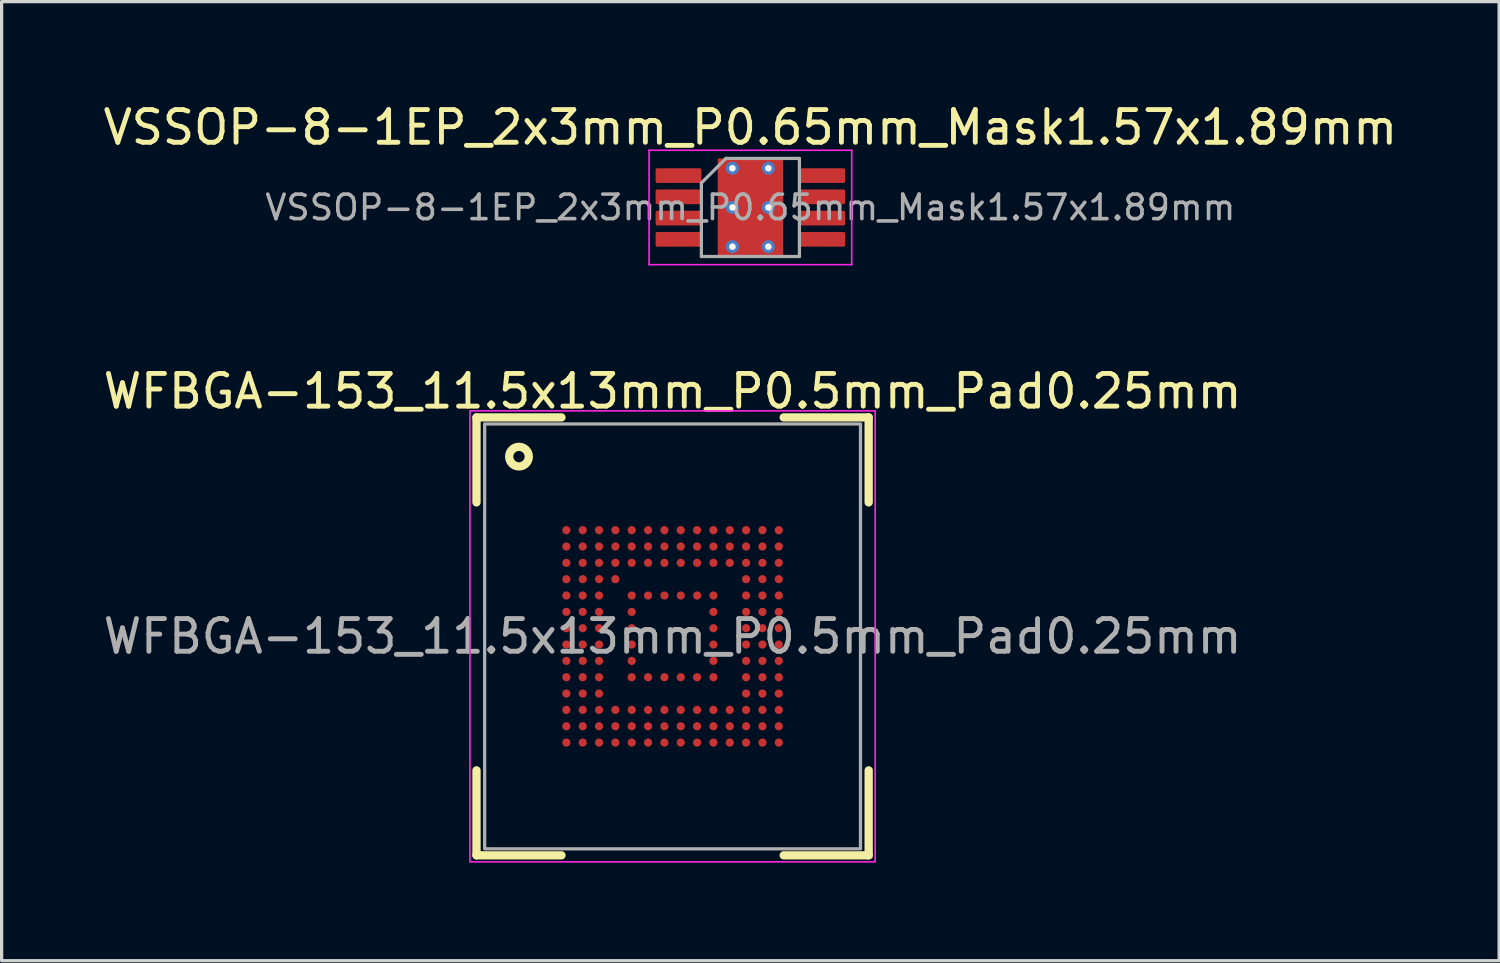
<source format=kicad_pcb>
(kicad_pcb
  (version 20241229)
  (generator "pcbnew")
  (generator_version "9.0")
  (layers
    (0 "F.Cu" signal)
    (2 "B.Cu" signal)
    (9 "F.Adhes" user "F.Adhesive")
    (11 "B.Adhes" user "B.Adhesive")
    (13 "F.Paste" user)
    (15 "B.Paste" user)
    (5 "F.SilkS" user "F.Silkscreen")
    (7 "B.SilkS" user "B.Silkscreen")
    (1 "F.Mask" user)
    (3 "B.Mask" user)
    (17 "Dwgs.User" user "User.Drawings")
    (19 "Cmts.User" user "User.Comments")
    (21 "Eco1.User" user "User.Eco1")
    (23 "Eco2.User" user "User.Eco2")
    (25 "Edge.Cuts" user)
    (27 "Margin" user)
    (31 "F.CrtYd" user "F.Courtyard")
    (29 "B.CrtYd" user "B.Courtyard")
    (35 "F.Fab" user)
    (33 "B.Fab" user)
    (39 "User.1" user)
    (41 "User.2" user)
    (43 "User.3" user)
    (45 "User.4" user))
  (footprint "WFBGA-153_11.5x13mm_P0.5mm_Pad0.25mm"
    (layer "F.Cu")
    (at 17.53 16.422)
    (property "Reference" "WFBGA-153_11.5x13mm_P0.5mm_Pad0.25mm" (at 0 -7.5 0) (unlocked yes) (layer "F.SilkS") (effects (font (size 1 1) (thickness 0.15))))
    (attr smd)
    (fp_line (start -6 -6.7) (end -6 -4.1) (stroke (width 0.254) (type solid)) (layer "F.SilkS"))
    (fp_line (start -6 4.1) (end -6 6.7) (stroke (width 0.254) (type solid)) (layer "F.SilkS"))
    (fp_line (start -6 6.7) (end -3.4 6.7) (stroke (width 0.254) (type solid)) (layer "F.SilkS"))
    (fp_line (start -3.4 -6.7) (end -6 -6.7) (stroke (width 0.254) (type solid)) (layer "F.SilkS"))
    (fp_line (start 3.4 6.7) (end 6 6.7) (stroke (width 0.254) (type solid)) (layer "F.SilkS"))
    (fp_line (start 6 -6.7) (end 3.4 -6.7) (stroke (width 0.254) (type solid)) (layer "F.SilkS"))
    (fp_line (start 6 -4.1) (end 6 -6.7) (stroke (width 0.254) (type solid)) (layer "F.SilkS"))
    (fp_line (start 6 6.7) (end 6 4.1) (stroke (width 0.254) (type solid)) (layer "F.SilkS"))
    (fp_circle (center -4.7 -5.5) (end -4.4 -5.5) (stroke (width 0.254) (type solid)) (fill no) (layer "F.SilkS"))
    (fp_rect (start -6.2 -6.9) (end 6.2 6.9) (stroke (width 0.05) (type solid)) (fill no) (layer "F.CrtYd"))
    (fp_rect (start -5.75 -6.5) (end 5.75 6.5) (stroke (width 0.1) (type solid)) (fill no) (layer "F.Fab"))
    (fp_text user "${REFERENCE}" (at 0 0 0) (unlocked yes) (layer "F.Fab") (effects (font (size 1 1) (thickness 0.15))))
    (pad "A1" smd circle (at -3.25 -3.25) (size 0.25 0.25) (layers "F.Cu" "F.Mask" "F.Paste"))
    (pad "A2" smd circle (at -2.75 -3.25) (size 0.25 0.25) (layers "F.Cu" "F.Mask" "F.Paste"))
    (pad "A3" smd circle (at -2.25 -3.25) (size 0.25 0.25) (layers "F.Cu" "F.Mask" "F.Paste"))
    (pad "A4" smd circle (at -1.75 -3.25) (size 0.25 0.25) (layers "F.Cu" "F.Mask" "F.Paste"))
    (pad "A5" smd circle (at -1.25 -3.25) (size 0.25 0.25) (layers "F.Cu" "F.Mask" "F.Paste"))
    (pad "A6" smd circle (at -0.75 -3.25) (size 0.25 0.25) (layers "F.Cu" "F.Mask" "F.Paste"))
    (pad "A7" smd circle (at -0.25 -3.25) (size 0.25 0.25) (layers "F.Cu" "F.Mask" "F.Paste"))
    (pad "A8" smd circle (at 0.25 -3.25) (size 0.25 0.25) (layers "F.Cu" "F.Mask" "F.Paste"))
    (pad "A9" smd circle (at 0.75 -3.25) (size 0.25 0.25) (layers "F.Cu" "F.Mask" "F.Paste"))
    (pad "A10" smd circle (at 1.25 -3.25) (size 0.25 0.25) (layers "F.Cu" "F.Mask" "F.Paste"))
    (pad "A11" smd circle (at 1.75 -3.25) (size 0.25 0.25) (layers "F.Cu" "F.Mask" "F.Paste"))
    (pad "A12" smd circle (at 2.25 -3.25) (size 0.25 0.25) (layers "F.Cu" "F.Mask" "F.Paste"))
    (pad "A13" smd circle (at 2.75 -3.25) (size 0.25 0.25) (layers "F.Cu" "F.Mask" "F.Paste"))
    (pad "A14" smd circle (at 3.25 -3.25) (size 0.25 0.25) (layers "F.Cu" "F.Mask" "F.Paste"))
    (pad "B1" smd circle (at -3.25 -2.75) (size 0.25 0.25) (layers "F.Cu" "F.Mask" "F.Paste"))
    (pad "B2" smd circle (at -2.75 -2.75) (size 0.25 0.25) (layers "F.Cu" "F.Mask" "F.Paste"))
    (pad "B3" smd circle (at -2.25 -2.75) (size 0.25 0.25) (layers "F.Cu" "F.Mask" "F.Paste"))
    (pad "B4" smd circle (at -1.75 -2.75) (size 0.25 0.25) (layers "F.Cu" "F.Mask" "F.Paste"))
    (pad "B5" smd circle (at -1.25 -2.75) (size 0.25 0.25) (layers "F.Cu" "F.Mask" "F.Paste"))
    (pad "B6" smd circle (at -0.75 -2.75) (size 0.25 0.25) (layers "F.Cu" "F.Mask" "F.Paste"))
    (pad "B7" smd circle (at -0.25 -2.75) (size 0.25 0.25) (layers "F.Cu" "F.Mask" "F.Paste"))
    (pad "B8" smd circle (at 0.25 -2.75) (size 0.25 0.25) (layers "F.Cu" "F.Mask" "F.Paste"))
    (pad "B9" smd circle (at 0.75 -2.75) (size 0.25 0.25) (layers "F.Cu" "F.Mask" "F.Paste"))
    (pad "B10" smd circle (at 1.25 -2.75) (size 0.25 0.25) (layers "F.Cu" "F.Mask" "F.Paste"))
    (pad "B11" smd circle (at 1.75 -2.75) (size 0.25 0.25) (layers "F.Cu" "F.Mask" "F.Paste"))
    (pad "B12" smd circle (at 2.25 -2.75) (size 0.25 0.25) (layers "F.Cu" "F.Mask" "F.Paste"))
    (pad "B13" smd circle (at 2.75 -2.75) (size 0.25 0.25) (layers "F.Cu" "F.Mask" "F.Paste"))
    (pad "B14" smd circle (at 3.25 -2.75) (size 0.25 0.25) (layers "F.Cu" "F.Mask" "F.Paste"))
    (pad "C1" smd circle (at -3.25 -2.25) (size 0.25 0.25) (layers "F.Cu" "F.Mask" "F.Paste"))
    (pad "C2" smd circle (at -2.75 -2.25) (size 0.25 0.25) (layers "F.Cu" "F.Mask" "F.Paste"))
    (pad "C3" smd circle (at -2.25 -2.25) (size 0.25 0.25) (layers "F.Cu" "F.Mask" "F.Paste"))
    (pad "C4" smd circle (at -1.75 -2.25) (size 0.25 0.25) (layers "F.Cu" "F.Mask" "F.Paste"))
    (pad "C5" smd circle (at -1.25 -2.25) (size 0.25 0.25) (layers "F.Cu" "F.Mask" "F.Paste"))
    (pad "C6" smd circle (at -0.75 -2.25) (size 0.25 0.25) (layers "F.Cu" "F.Mask" "F.Paste"))
    (pad "C7" smd circle (at -0.25 -2.25) (size 0.25 0.25) (layers "F.Cu" "F.Mask" "F.Paste"))
    (pad "C8" smd circle (at 0.25 -2.25) (size 0.25 0.25) (layers "F.Cu" "F.Mask" "F.Paste"))
    (pad "C9" smd circle (at 0.75 -2.25) (size 0.25 0.25) (layers "F.Cu" "F.Mask" "F.Paste"))
    (pad "C10" smd circle (at 1.25 -2.25) (size 0.25 0.25) (layers "F.Cu" "F.Mask" "F.Paste"))
    (pad "C11" smd circle (at 1.75 -2.25) (size 0.25 0.25) (layers "F.Cu" "F.Mask" "F.Paste"))
    (pad "C12" smd circle (at 2.25 -2.25) (size 0.25 0.25) (layers "F.Cu" "F.Mask" "F.Paste"))
    (pad "C13" smd circle (at 2.75 -2.25) (size 0.25 0.25) (layers "F.Cu" "F.Mask" "F.Paste"))
    (pad "C14" smd circle (at 3.25 -2.25) (size 0.25 0.25) (layers "F.Cu" "F.Mask" "F.Paste"))
    (pad "D1" smd circle (at -3.25 -1.75) (size 0.25 0.25) (layers "F.Cu" "F.Mask" "F.Paste"))
    (pad "D2" smd circle (at -2.75 -1.75) (size 0.25 0.25) (layers "F.Cu" "F.Mask" "F.Paste"))
    (pad "D3" smd circle (at -2.25 -1.75) (size 0.25 0.25) (layers "F.Cu" "F.Mask" "F.Paste"))
    (pad "D4" smd circle (at -1.75 -1.75) (size 0.25 0.25) (layers "F.Cu" "F.Mask" "F.Paste"))
    (pad "D12" smd circle (at 2.25 -1.75) (size 0.25 0.25) (layers "F.Cu" "F.Mask" "F.Paste"))
    (pad "D13" smd circle (at 2.75 -1.75) (size 0.25 0.25) (layers "F.Cu" "F.Mask" "F.Paste"))
    (pad "D14" smd circle (at 3.25 -1.75) (size 0.25 0.25) (layers "F.Cu" "F.Mask" "F.Paste"))
    (pad "E1" smd circle (at -3.25 -1.25) (size 0.25 0.25) (layers "F.Cu" "F.Mask" "F.Paste"))
    (pad "E2" smd circle (at -2.75 -1.25) (size 0.25 0.25) (layers "F.Cu" "F.Mask" "F.Paste"))
    (pad "E3" smd circle (at -2.25 -1.25) (size 0.25 0.25) (layers "F.Cu" "F.Mask" "F.Paste"))
    (pad "E5" smd circle (at -1.25 -1.25) (size 0.25 0.25) (layers "F.Cu" "F.Mask" "F.Paste"))
    (pad "E6" smd circle (at -0.75 -1.25) (size 0.25 0.25) (layers "F.Cu" "F.Mask" "F.Paste"))
    (pad "E7" smd circle (at -0.25 -1.25) (size 0.25 0.25) (layers "F.Cu" "F.Mask" "F.Paste"))
    (pad "E8" smd circle (at 0.25 -1.25) (size 0.25 0.25) (layers "F.Cu" "F.Mask" "F.Paste"))
    (pad "E9" smd circle (at 0.75 -1.25) (size 0.25 0.25) (layers "F.Cu" "F.Mask" "F.Paste"))
    (pad "E10" smd circle (at 1.25 -1.25) (size 0.25 0.25) (layers "F.Cu" "F.Mask" "F.Paste"))
    (pad "E12" smd circle (at 2.25 -1.25) (size 0.25 0.25) (layers "F.Cu" "F.Mask" "F.Paste"))
    (pad "E13" smd circle (at 2.75 -1.25) (size 0.25 0.25) (layers "F.Cu" "F.Mask" "F.Paste"))
    (pad "E14" smd circle (at 3.25 -1.25) (size 0.25 0.25) (layers "F.Cu" "F.Mask" "F.Paste"))
    (pad "F1" smd circle (at -3.25 -0.75) (size 0.25 0.25) (layers "F.Cu" "F.Mask" "F.Paste"))
    (pad "F2" smd circle (at -2.75 -0.75) (size 0.25 0.25) (layers "F.Cu" "F.Mask" "F.Paste"))
    (pad "F3" smd circle (at -2.25 -0.75) (size 0.25 0.25) (layers "F.Cu" "F.Mask" "F.Paste"))
    (pad "F5" smd circle (at -1.25 -0.75) (size 0.25 0.25) (layers "F.Cu" "F.Mask" "F.Paste"))
    (pad "F10" smd circle (at 1.25 -0.75) (size 0.25 0.25) (layers "F.Cu" "F.Mask" "F.Paste"))
    (pad "F12" smd circle (at 2.25 -0.75) (size 0.25 0.25) (layers "F.Cu" "F.Mask" "F.Paste"))
    (pad "F13" smd circle (at 2.75 -0.75) (size 0.25 0.25) (layers "F.Cu" "F.Mask" "F.Paste"))
    (pad "F14" smd circle (at 3.25 -0.75) (size 0.25 0.25) (layers "F.Cu" "F.Mask" "F.Paste"))
    (pad "G1" smd circle (at -3.25 -0.25) (size 0.25 0.25) (layers "F.Cu" "F.Mask" "F.Paste"))
    (pad "G2" smd circle (at -2.75 -0.25) (size 0.25 0.25) (layers "F.Cu" "F.Mask" "F.Paste"))
    (pad "G3" smd circle (at -2.25 -0.25) (size 0.25 0.25) (layers "F.Cu" "F.Mask" "F.Paste"))
    (pad "G5" smd circle (at -1.25 -0.25) (size 0.25 0.25) (layers "F.Cu" "F.Mask" "F.Paste"))
    (pad "G10" smd circle (at 1.25 -0.25) (size 0.25 0.25) (layers "F.Cu" "F.Mask" "F.Paste"))
    (pad "G12" smd circle (at 2.25 -0.25) (size 0.25 0.25) (layers "F.Cu" "F.Mask" "F.Paste"))
    (pad "G13" smd circle (at 2.75 -0.25) (size 0.25 0.25) (layers "F.Cu" "F.Mask" "F.Paste"))
    (pad "G14" smd circle (at 3.25 -0.25) (size 0.25 0.25) (layers "F.Cu" "F.Mask" "F.Paste"))
    (pad "H1" smd circle (at -3.25 0.25) (size 0.25 0.25) (layers "F.Cu" "F.Mask" "F.Paste"))
    (pad "H2" smd circle (at -2.75 0.25) (size 0.25 0.25) (layers "F.Cu" "F.Mask" "F.Paste"))
    (pad "H3" smd circle (at -2.25 0.25) (size 0.25 0.25) (layers "F.Cu" "F.Mask" "F.Paste"))
    (pad "H5" smd circle (at -1.25 0.25) (size 0.25 0.25) (layers "F.Cu" "F.Mask" "F.Paste"))
    (pad "H10" smd circle (at 1.25 0.25) (size 0.25 0.25) (layers "F.Cu" "F.Mask" "F.Paste"))
    (pad "H12" smd circle (at 2.25 0.25) (size 0.25 0.25) (layers "F.Cu" "F.Mask" "F.Paste"))
    (pad "H13" smd circle (at 2.75 0.25) (size 0.25 0.25) (layers "F.Cu" "F.Mask" "F.Paste"))
    (pad "H14" smd circle (at 3.25 0.25) (size 0.25 0.25) (layers "F.Cu" "F.Mask" "F.Paste"))
    (pad "J1" smd circle (at -3.25 0.75) (size 0.25 0.25) (layers "F.Cu" "F.Mask" "F.Paste"))
    (pad "J2" smd circle (at -2.75 0.75) (size 0.25 0.25) (layers "F.Cu" "F.Mask" "F.Paste"))
    (pad "J3" smd circle (at -2.25 0.75) (size 0.25 0.25) (layers "F.Cu" "F.Mask" "F.Paste"))
    (pad "J5" smd circle (at -1.25 0.75) (size 0.25 0.25) (layers "F.Cu" "F.Mask" "F.Paste"))
    (pad "J10" smd circle (at 1.25 0.75) (size 0.25 0.25) (layers "F.Cu" "F.Mask" "F.Paste"))
    (pad "J12" smd circle (at 2.25 0.75) (size 0.25 0.25) (layers "F.Cu" "F.Mask" "F.Paste"))
    (pad "J13" smd circle (at 2.75 0.75) (size 0.25 0.25) (layers "F.Cu" "F.Mask" "F.Paste"))
    (pad "J14" smd circle (at 3.25 0.75) (size 0.25 0.25) (layers "F.Cu" "F.Mask" "F.Paste"))
    (pad "K1" smd circle (at -3.25 1.25) (size 0.25 0.25) (layers "F.Cu" "F.Mask" "F.Paste"))
    (pad "K2" smd circle (at -2.75 1.25) (size 0.25 0.25) (layers "F.Cu" "F.Mask" "F.Paste"))
    (pad "K3" smd circle (at -2.25 1.25) (size 0.25 0.25) (layers "F.Cu" "F.Mask" "F.Paste"))
    (pad "K5" smd circle (at -1.25 1.25) (size 0.25 0.25) (layers "F.Cu" "F.Mask" "F.Paste"))
    (pad "K6" smd circle (at -0.75 1.25) (size 0.25 0.25) (layers "F.Cu" "F.Mask" "F.Paste"))
    (pad "K7" smd circle (at -0.25 1.25) (size 0.25 0.25) (layers "F.Cu" "F.Mask" "F.Paste"))
    (pad "K8" smd circle (at 0.25 1.25) (size 0.25 0.25) (layers "F.Cu" "F.Mask" "F.Paste"))
    (pad "K9" smd circle (at 0.75 1.25) (size 0.25 0.25) (layers "F.Cu" "F.Mask" "F.Paste"))
    (pad "K10" smd circle (at 1.25 1.25) (size 0.25 0.25) (layers "F.Cu" "F.Mask" "F.Paste"))
    (pad "K12" smd circle (at 2.25 1.25) (size 0.25 0.25) (layers "F.Cu" "F.Mask" "F.Paste"))
    (pad "K13" smd circle (at 2.75 1.25) (size 0.25 0.25) (layers "F.Cu" "F.Mask" "F.Paste"))
    (pad "K14" smd circle (at 3.25 1.25) (size 0.25 0.25) (layers "F.Cu" "F.Mask" "F.Paste"))
    (pad "L1" smd circle (at -3.25 1.75) (size 0.25 0.25) (layers "F.Cu" "F.Mask" "F.Paste"))
    (pad "L2" smd circle (at -2.75 1.75) (size 0.25 0.25) (layers "F.Cu" "F.Mask" "F.Paste"))
    (pad "L3" smd circle (at -2.25 1.75) (size 0.25 0.25) (layers "F.Cu" "F.Mask" "F.Paste"))
    (pad "L12" smd circle (at 2.25 1.75) (size 0.25 0.25) (layers "F.Cu" "F.Mask" "F.Paste"))
    (pad "L13" smd circle (at 2.75 1.75) (size 0.25 0.25) (layers "F.Cu" "F.Mask" "F.Paste"))
    (pad "L14" smd circle (at 3.25 1.75) (size 0.25 0.25) (layers "F.Cu" "F.Mask" "F.Paste"))
    (pad "M1" smd circle (at -3.25 2.25) (size 0.25 0.25) (layers "F.Cu" "F.Mask" "F.Paste"))
    (pad "M2" smd circle (at -2.75 2.25) (size 0.25 0.25) (layers "F.Cu" "F.Mask" "F.Paste"))
    (pad "M3" smd circle (at -2.25 2.25) (size 0.25 0.25) (layers "F.Cu" "F.Mask" "F.Paste"))
    (pad "M4" smd circle (at -1.75 2.25) (size 0.25 0.25) (layers "F.Cu" "F.Mask" "F.Paste"))
    (pad "M5" smd circle (at -1.25 2.25) (size 0.25 0.25) (layers "F.Cu" "F.Mask" "F.Paste"))
    (pad "M6" smd circle (at -0.75 2.25) (size 0.25 0.25) (layers "F.Cu" "F.Mask" "F.Paste"))
    (pad "M7" smd circle (at -0.25 2.25) (size 0.25 0.25) (layers "F.Cu" "F.Mask" "F.Paste"))
    (pad "M8" smd circle (at 0.25 2.25) (size 0.25 0.25) (layers "F.Cu" "F.Mask" "F.Paste"))
    (pad "M9" smd circle (at 0.75 2.25) (size 0.25 0.25) (layers "F.Cu" "F.Mask" "F.Paste"))
    (pad "M10" smd circle (at 1.25 2.25) (size 0.25 0.25) (layers "F.Cu" "F.Mask" "F.Paste"))
    (pad "M11" smd circle (at 1.75 2.25) (size 0.25 0.25) (layers "F.Cu" "F.Mask" "F.Paste"))
    (pad "M12" smd circle (at 2.25 2.25) (size 0.25 0.25) (layers "F.Cu" "F.Mask" "F.Paste"))
    (pad "M13" smd circle (at 2.75 2.25) (size 0.25 0.25) (layers "F.Cu" "F.Mask" "F.Paste"))
    (pad "M14" smd circle (at 3.25 2.25) (size 0.25 0.25) (layers "F.Cu" "F.Mask" "F.Paste"))
    (pad "N1" smd circle (at -3.25 2.75) (size 0.25 0.25) (layers "F.Cu" "F.Mask" "F.Paste"))
    (pad "N2" smd circle (at -2.75 2.75) (size 0.25 0.25) (layers "F.Cu" "F.Mask" "F.Paste"))
    (pad "N3" smd circle (at -2.25 2.75) (size 0.25 0.25) (layers "F.Cu" "F.Mask" "F.Paste"))
    (pad "N4" smd circle (at -1.75 2.75) (size 0.25 0.25) (layers "F.Cu" "F.Mask" "F.Paste"))
    (pad "N5" smd circle (at -1.25 2.75) (size 0.25 0.25) (layers "F.Cu" "F.Mask" "F.Paste"))
    (pad "N6" smd circle (at -0.75 2.75) (size 0.25 0.25) (layers "F.Cu" "F.Mask" "F.Paste"))
    (pad "N7" smd circle (at -0.25 2.75) (size 0.25 0.25) (layers "F.Cu" "F.Mask" "F.Paste"))
    (pad "N8" smd circle (at 0.25 2.75) (size 0.25 0.25) (layers "F.Cu" "F.Mask" "F.Paste"))
    (pad "N9" smd circle (at 0.75 2.75) (size 0.25 0.25) (layers "F.Cu" "F.Mask" "F.Paste"))
    (pad "N10" smd circle (at 1.25 2.75) (size 0.25 0.25) (layers "F.Cu" "F.Mask" "F.Paste"))
    (pad "N11" smd circle (at 1.75 2.75) (size 0.25 0.25) (layers "F.Cu" "F.Mask" "F.Paste"))
    (pad "N12" smd circle (at 2.25 2.75) (size 0.25 0.25) (layers "F.Cu" "F.Mask" "F.Paste"))
    (pad "N13" smd circle (at 2.75 2.75) (size 0.25 0.25) (layers "F.Cu" "F.Mask" "F.Paste"))
    (pad "N14" smd circle (at 3.25 2.75) (size 0.25 0.25) (layers "F.Cu" "F.Mask" "F.Paste"))
    (pad "P1" smd circle (at -3.25 3.25) (size 0.25 0.25) (layers "F.Cu" "F.Mask" "F.Paste"))
    (pad "P2" smd circle (at -2.75 3.25) (size 0.25 0.25) (layers "F.Cu" "F.Mask" "F.Paste"))
    (pad "P3" smd circle (at -2.25 3.25) (size 0.25 0.25) (layers "F.Cu" "F.Mask" "F.Paste"))
    (pad "P4" smd circle (at -1.75 3.25) (size 0.25 0.25) (layers "F.Cu" "F.Mask" "F.Paste"))
    (pad "P5" smd circle (at -1.25 3.25) (size 0.25 0.25) (layers "F.Cu" "F.Mask" "F.Paste"))
    (pad "P6" smd circle (at -0.75 3.25) (size 0.25 0.25) (layers "F.Cu" "F.Mask" "F.Paste"))
    (pad "P7" smd circle (at -0.25 3.25) (size 0.25 0.25) (layers "F.Cu" "F.Mask" "F.Paste"))
    (pad "P8" smd circle (at 0.25 3.25) (size 0.25 0.25) (layers "F.Cu" "F.Mask" "F.Paste"))
    (pad "P9" smd circle (at 0.75 3.25) (size 0.25 0.25) (layers "F.Cu" "F.Mask" "F.Paste"))
    (pad "P10" smd circle (at 1.25 3.25) (size 0.25 0.25) (layers "F.Cu" "F.Mask" "F.Paste"))
    (pad "P11" smd circle (at 1.75 3.25) (size 0.25 0.25) (layers "F.Cu" "F.Mask" "F.Paste"))
    (pad "P12" smd circle (at 2.25 3.25) (size 0.25 0.25) (layers "F.Cu" "F.Mask" "F.Paste"))
    (pad "P13" smd circle (at 2.75 3.25) (size 0.25 0.25) (layers "F.Cu" "F.Mask" "F.Paste"))
    (pad "P14" smd circle (at 3.25 3.25) (size 0.25 0.25) (layers "F.Cu" "F.Mask" "F.Paste")))
  (footprint "VSSOP-8-1EP_2x3mm_P0.65mm_Mask1.57x1.89mm"
    (layer "F.Cu")
    (at 19.911 3.298)
    (property "Reference" "VSSOP-8-1EP_2x3mm_P0.65mm_Mask1.57x1.89mm" (at 0 -2.45 0) (layer "F.SilkS") (effects (font (size 1 1) (thickness 0.15))))
    (attr smd)
    (fp_line (start -3.1 -1.75) (end -3.1 1.75) (stroke (width 0.05) (type solid)) (layer "F.CrtYd"))
    (fp_line (start -3.1 1.75) (end 3.1 1.75) (stroke (width 0.05) (type solid)) (layer "F.CrtYd"))
    (fp_line (start 3.1 -1.75) (end -3.1 -1.75) (stroke (width 0.05) (type solid)) (layer "F.CrtYd"))
    (fp_line (start 3.1 1.75) (end 3.1 -1.75) (stroke (width 0.05) (type solid)) (layer "F.CrtYd"))
    (fp_line (start -1.5 -0.75) (end -0.75 -1.5) (stroke (width 0.1) (type solid)) (layer "F.Fab"))
    (fp_line (start -1.5 1.5) (end -1.5 -0.75) (stroke (width 0.1) (type solid)) (layer "F.Fab"))
    (fp_line (start -0.75 -1.5) (end 1.5 -1.5) (stroke (width 0.1) (type solid)) (layer "F.Fab"))
    (fp_line (start 1.5 -1.5) (end 1.5 1.5) (stroke (width 0.1) (type solid)) (layer "F.Fab"))
    (fp_line (start 1.5 1.5) (end -1.5 1.5) (stroke (width 0.1) (type solid)) (layer "F.Fab"))
    (fp_text user "${REFERENCE}" (at 0 0 0) (layer "F.Fab") (effects (font (size 0.75 0.75) (thickness 0.11))))
    (pad "" smd rect (at 0 0) (size 1.57 1.89) (layers "F.Paste"))
    (pad "1" smd roundrect (at -2.2 -0.975) (size 1.4 0.45) (layers "F.Cu" "F.Mask" "F.Paste") (roundrect_rratio 0.111))
    (pad "2" smd roundrect (at -2.2 -0.325) (size 1.4 0.45) (layers "F.Cu" "F.Mask" "F.Paste") (roundrect_rratio 0.111))
    (pad "3" smd roundrect (at -2.2 0.325) (size 1.4 0.45) (layers "F.Cu" "F.Mask" "F.Paste") (roundrect_rratio 0.111))
    (pad "4" smd roundrect (at -2.2 0.975) (size 1.4 0.45) (layers "F.Cu" "F.Mask" "F.Paste") (roundrect_rratio 0.111))
    (pad "5" smd roundrect (at 2.2 0.975) (size 1.4 0.45) (layers "F.Cu" "F.Mask" "F.Paste") (roundrect_rratio 0.111))
    (pad "6" smd roundrect (at 2.2 0.325) (size 1.4 0.45) (layers "F.Cu" "F.Mask" "F.Paste") (roundrect_rratio 0.111))
    (pad "7" smd roundrect (at 2.2 -0.325) (size 1.4 0.45) (layers "F.Cu" "F.Mask" "F.Paste") (roundrect_rratio 0.111))
    (pad "8" smd roundrect (at 2.2 -0.975) (size 1.4 0.45) (layers "F.Cu" "F.Mask" "F.Paste") (roundrect_rratio 0.111))
    (pad "9" thru_hole circle (at -0.55 -1.2) (size 0.4 0.4) (drill 0.2) (layers "*.Cu"))
    (pad "9" thru_hole circle (at -0.55 0) (size 0.4 0.4) (drill 0.2) (layers "*.Cu"))
    (pad "9" thru_hole circle (at -0.55 1.2) (size 0.4 0.4) (drill 0.2) (layers "*.Cu"))
    (pad "9" smd rect (at 0 0) (size 2 3) (layers "F.Cu" "F.Mask"))
    (pad "9" thru_hole circle (at 0.55 -1.2) (size 0.4 0.4) (drill 0.2) (layers "*.Cu"))
    (pad "9" thru_hole circle (at 0.55 0) (size 0.4 0.4) (drill 0.2) (layers "*.Cu"))
    (pad "9" thru_hole circle (at 0.55 1.2) (size 0.4 0.4) (drill 0.2) (layers "*.Cu")))
  (gr_rect
    (start -3 -3)
    (end 42.821 26.346)
    (stroke (width 0.1) (type default))
    (fill no)
    (layer "Edge.Cuts")))
</source>
